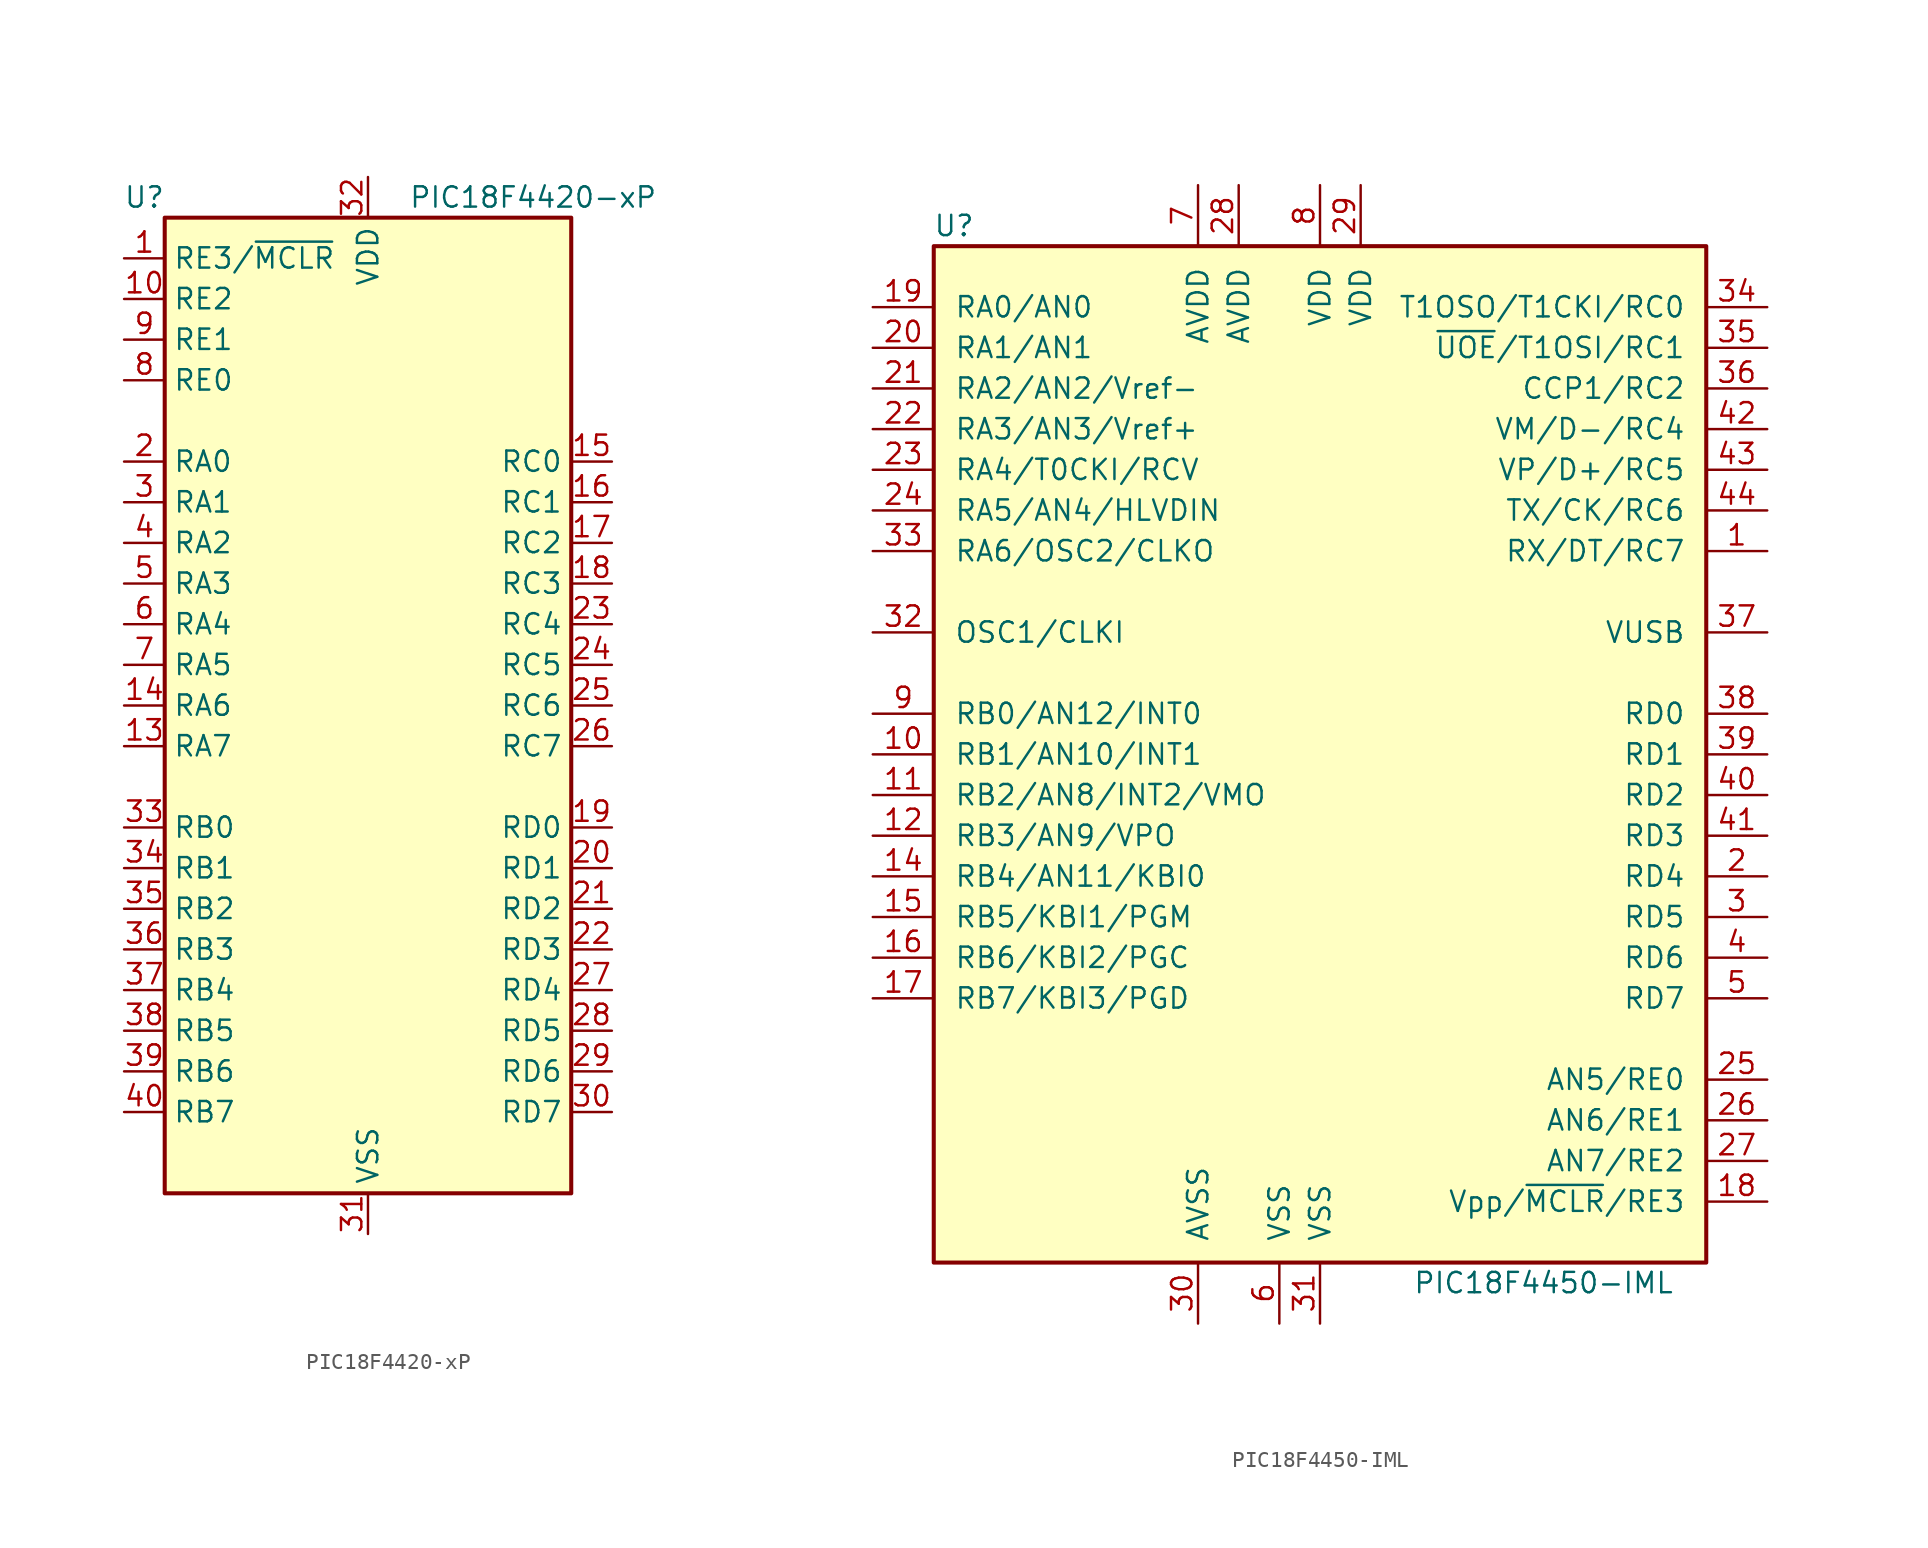
<source format=kicad_sym>
(kicad_symbol_lib
  (version 20241209)
  (generator "kicad_symbol_editor")
  (generator_version "9.0")
  (symbol "PIC18F4420-xP"
    (property "Reference" "U"
      (at -13.97 31.75 0)
      (effects (font (size 1.27 1.27))))
    (property "Value" "PIC18F4420-xP"
      (at 2.54 31.75 0)
      (effects (font (size 1.27 1.27)) (justify left)))
    (symbol "PIC18F4420-xP_0_1"
      (rectangle (start -12.7 30.48) (end 12.7 -30.48) (stroke (width 0.254) (type default)) (fill (type background))))
    (symbol "PIC18F4420-xP_1_1"
      (pin input line (at -15.24 27.94 0) (length 2.54) (name "RE3/~{MCLR}" (effects (font (size 1.27 1.27)))) (number "1" (effects (font (size 1.27 1.27)))))
      (pin bidirectional line (at -15.24 25.4 0) (length 2.54) (name "RE2" (effects (font (size 1.27 1.27)))) (number "10" (effects (font (size 1.27 1.27)))))
      (pin bidirectional line (at -15.24 22.86 0) (length 2.54) (name "RE1" (effects (font (size 1.27 1.27)))) (number "9" (effects (font (size 1.27 1.27)))))
      (pin bidirectional line (at -15.24 20.32 0) (length 2.54) (name "RE0" (effects (font (size 1.27 1.27)))) (number "8" (effects (font (size 1.27 1.27)))))
      (pin bidirectional line (at -15.24 15.24 0) (length 2.54) (name "RA0" (effects (font (size 1.27 1.27)))) (number "2" (effects (font (size 1.27 1.27)))))
      (pin bidirectional line (at -15.24 12.7 0) (length 2.54) (name "RA1" (effects (font (size 1.27 1.27)))) (number "3" (effects (font (size 1.27 1.27)))))
      (pin bidirectional line (at -15.24 10.16 0) (length 2.54) (name "RA2" (effects (font (size 1.27 1.27)))) (number "4" (effects (font (size 1.27 1.27)))))
      (pin bidirectional line (at -15.24 7.62 0) (length 2.54) (name "RA3" (effects (font (size 1.27 1.27)))) (number "5" (effects (font (size 1.27 1.27)))))
      (pin bidirectional line (at -15.24 5.08 0) (length 2.54) (name "RA4" (effects (font (size 1.27 1.27)))) (number "6" (effects (font (size 1.27 1.27)))))
      (pin bidirectional line (at -15.24 2.54 0) (length 2.54) (name "RA5" (effects (font (size 1.27 1.27)))) (number "7" (effects (font (size 1.27 1.27)))))
      (pin bidirectional line (at -15.24 0 0) (length 2.54) (name "RA6" (effects (font (size 1.27 1.27)))) (number "14" (effects (font (size 1.27 1.27)))))
      (pin bidirectional line (at -15.24 -2.54 0) (length 2.54) (name "RA7" (effects (font (size 1.27 1.27)))) (number "13" (effects (font (size 1.27 1.27)))))
      (pin bidirectional line (at -15.24 -7.62 0) (length 2.54) (name "RB0" (effects (font (size 1.27 1.27)))) (number "33" (effects (font (size 1.27 1.27)))))
      (pin bidirectional line (at -15.24 -10.16 0) (length 2.54) (name "RB1" (effects (font (size 1.27 1.27)))) (number "34" (effects (font (size 1.27 1.27)))))
      (pin bidirectional line (at -15.24 -12.7 0) (length 2.54) (name "RB2" (effects (font (size 1.27 1.27)))) (number "35" (effects (font (size 1.27 1.27)))))
      (pin bidirectional line (at -15.24 -15.24 0) (length 2.54) (name "RB3" (effects (font (size 1.27 1.27)))) (number "36" (effects (font (size 1.27 1.27)))))
      (pin bidirectional line (at -15.24 -17.78 0) (length 2.54) (name "RB4" (effects (font (size 1.27 1.27)))) (number "37" (effects (font (size 1.27 1.27)))))
      (pin bidirectional line (at -15.24 -20.32 0) (length 2.54) (name "RB5" (effects (font (size 1.27 1.27)))) (number "38" (effects (font (size 1.27 1.27)))))
      (pin bidirectional line (at -15.24 -22.86 0) (length 2.54) (name "RB6" (effects (font (size 1.27 1.27)))) (number "39" (effects (font (size 1.27 1.27)))))
      (pin bidirectional line (at -15.24 -25.4 0) (length 2.54) (name "RB7" (effects (font (size 1.27 1.27)))) (number "40" (effects (font (size 1.27 1.27)))))
      (pin passive line (at 0 33.02 270) (length 2.54) (hide yes) (name "VDD" (effects (font (size 1.27 1.27)))) (number "11" (effects (font (size 1.27 1.27)))))
      (pin power_in line (at 0 33.02 270) (length 2.54) (name "VDD" (effects (font (size 1.27 1.27)))) (number "32" (effects (font (size 1.27 1.27)))))
      (pin passive line (at 0 -33.02 90) (length 2.54) (hide yes) (name "VSS" (effects (font (size 1.27 1.27)))) (number "12" (effects (font (size 1.27 1.27)))))
      (pin power_in line (at 0 -33.02 90) (length 2.54) (name "VSS" (effects (font (size 1.27 1.27)))) (number "31" (effects (font (size 1.27 1.27)))))
      (pin bidirectional line (at 15.24 15.24 180) (length 2.54) (name "RC0" (effects (font (size 1.27 1.27)))) (number "15" (effects (font (size 1.27 1.27)))))
      (pin bidirectional line (at 15.24 12.7 180) (length 2.54) (name "RC1" (effects (font (size 1.27 1.27)))) (number "16" (effects (font (size 1.27 1.27)))))
      (pin bidirectional line (at 15.24 10.16 180) (length 2.54) (name "RC2" (effects (font (size 1.27 1.27)))) (number "17" (effects (font (size 1.27 1.27)))))
      (pin bidirectional line (at 15.24 7.62 180) (length 2.54) (name "RC3" (effects (font (size 1.27 1.27)))) (number "18" (effects (font (size 1.27 1.27)))))
      (pin bidirectional line (at 15.24 5.08 180) (length 2.54) (name "RC4" (effects (font (size 1.27 1.27)))) (number "23" (effects (font (size 1.27 1.27)))))
      (pin bidirectional line (at 15.24 2.54 180) (length 2.54) (name "RC5" (effects (font (size 1.27 1.27)))) (number "24" (effects (font (size 1.27 1.27)))))
      (pin bidirectional line (at 15.24 0 180) (length 2.54) (name "RC6" (effects (font (size 1.27 1.27)))) (number "25" (effects (font (size 1.27 1.27)))))
      (pin bidirectional line (at 15.24 -2.54 180) (length 2.54) (name "RC7" (effects (font (size 1.27 1.27)))) (number "26" (effects (font (size 1.27 1.27)))))
      (pin bidirectional line (at 15.24 -7.62 180) (length 2.54) (name "RD0" (effects (font (size 1.27 1.27)))) (number "19" (effects (font (size 1.27 1.27)))))
      (pin bidirectional line (at 15.24 -10.16 180) (length 2.54) (name "RD1" (effects (font (size 1.27 1.27)))) (number "20" (effects (font (size 1.27 1.27)))))
      (pin bidirectional line (at 15.24 -12.7 180) (length 2.54) (name "RD2" (effects (font (size 1.27 1.27)))) (number "21" (effects (font (size 1.27 1.27)))))
      (pin bidirectional line (at 15.24 -15.24 180) (length 2.54) (name "RD3" (effects (font (size 1.27 1.27)))) (number "22" (effects (font (size 1.27 1.27)))))
      (pin bidirectional line (at 15.24 -17.78 180) (length 2.54) (name "RD4" (effects (font (size 1.27 1.27)))) (number "27" (effects (font (size 1.27 1.27)))))
      (pin bidirectional line (at 15.24 -20.32 180) (length 2.54) (name "RD5" (effects (font (size 1.27 1.27)))) (number "28" (effects (font (size 1.27 1.27)))))
      (pin bidirectional line (at 15.24 -22.86 180) (length 2.54) (name "RD6" (effects (font (size 1.27 1.27)))) (number "29" (effects (font (size 1.27 1.27)))))
      (pin bidirectional line (at 15.24 -25.4 180) (length 2.54) (name "RD7" (effects (font (size 1.27 1.27)))) (number "30" (effects (font (size 1.27 1.27)))))))
  (symbol "PIC18F4450-IML"
    (pin_names
      (offset 1.27))
    (property "Reference" "U"
      (at -22.86 33.02 0)
      (effects (font (size 1.27 1.27))))
    (property "Value" "PIC18F4450-IML"
      (at 13.97 -33.02 0)
      (effects (font (size 1.27 1.27))))
    (symbol "PIC18F4450-IML_0_1"
      (rectangle (start -24.13 31.75) (end 24.13 -31.75) (stroke (width 0.254) (type default)) (fill (type background))))
    (symbol "PIC18F4450-IML_1_1"
      (pin bidirectional line (at -27.94 27.94 0) (length 3.81) (name "RA0/AN0" (effects (font (size 1.27 1.27)))) (number "19" (effects (font (size 1.27 1.27)))))
      (pin bidirectional line (at -27.94 25.4 0) (length 3.81) (name "RA1/AN1" (effects (font (size 1.27 1.27)))) (number "20" (effects (font (size 1.27 1.27)))))
      (pin bidirectional line (at -27.94 22.86 0) (length 3.81) (name "RA2/AN2/Vref-" (effects (font (size 1.27 1.27)))) (number "21" (effects (font (size 1.27 1.27)))))
      (pin bidirectional line (at -27.94 20.32 0) (length 3.81) (name "RA3/AN3/Vref+" (effects (font (size 1.27 1.27)))) (number "22" (effects (font (size 1.27 1.27)))))
      (pin bidirectional line (at -27.94 17.78 0) (length 3.81) (name "RA4/T0CKI/RCV" (effects (font (size 1.27 1.27)))) (number "23" (effects (font (size 1.27 1.27)))))
      (pin bidirectional line (at -27.94 15.24 0) (length 3.81) (name "RA5/AN4/HLVDIN" (effects (font (size 1.27 1.27)))) (number "24" (effects (font (size 1.27 1.27)))))
      (pin output line (at -27.94 12.7 0) (length 3.81) (name "RA6/OSC2/CLKO" (effects (font (size 1.27 1.27)))) (number "33" (effects (font (size 1.27 1.27)))))
      (pin input line (at -27.94 7.62 0) (length 3.81) (name "OSC1/CLKI" (effects (font (size 1.27 1.27)))) (number "32" (effects (font (size 1.27 1.27)))))
      (pin bidirectional line (at -27.94 2.54 0) (length 3.81) (name "RB0/AN12/INT0" (effects (font (size 1.27 1.27)))) (number "9" (effects (font (size 1.27 1.27)))))
      (pin bidirectional line (at -27.94 0 0) (length 3.81) (name "RB1/AN10/INT1" (effects (font (size 1.27 1.27)))) (number "10" (effects (font (size 1.27 1.27)))))
      (pin bidirectional line (at -27.94 -2.54 0) (length 3.81) (name "RB2/AN8/INT2/VMO" (effects (font (size 1.27 1.27)))) (number "11" (effects (font (size 1.27 1.27)))))
      (pin bidirectional line (at -27.94 -5.08 0) (length 3.81) (name "RB3/AN9/VPO" (effects (font (size 1.27 1.27)))) (number "12" (effects (font (size 1.27 1.27)))))
      (pin bidirectional line (at -27.94 -7.62 0) (length 3.81) (name "RB4/AN11/KBI0" (effects (font (size 1.27 1.27)))) (number "14" (effects (font (size 1.27 1.27)))))
      (pin bidirectional line (at -27.94 -10.16 0) (length 3.81) (name "RB5/KBI1/PGM" (effects (font (size 1.27 1.27)))) (number "15" (effects (font (size 1.27 1.27)))))
      (pin bidirectional line (at -27.94 -12.7 0) (length 3.81) (name "RB6/KBI2/PGC" (effects (font (size 1.27 1.27)))) (number "16" (effects (font (size 1.27 1.27)))))
      (pin bidirectional line (at -27.94 -15.24 0) (length 3.81) (name "RB7/KBI3/PGD" (effects (font (size 1.27 1.27)))) (number "17" (effects (font (size 1.27 1.27)))))
      (pin no_connect line (at -12.7 -31.75 90) (length 3.81) (hide yes) (name "NC" (effects (font (size 1.27 1.27)))) (number "13" (effects (font (size 1.27 1.27)))))
      (pin power_in line (at -7.62 35.56 270) (length 3.81) (name "AVDD" (effects (font (size 1.27 1.27)))) (number "7" (effects (font (size 1.27 1.27)))))
      (pin power_in line (at -7.62 -35.56 90) (length 3.81) (name "AVSS" (effects (font (size 1.27 1.27)))) (number "30" (effects (font (size 1.27 1.27)))))
      (pin power_in line (at -5.08 35.56 270) (length 3.81) (name "AVDD" (effects (font (size 1.27 1.27)))) (number "28" (effects (font (size 1.27 1.27)))))
      (pin power_in line (at -2.54 -35.56 90) (length 3.81) (name "VSS" (effects (font (size 1.27 1.27)))) (number "6" (effects (font (size 1.27 1.27)))))
      (pin power_in line (at 0 35.56 270) (length 3.81) (name "VDD" (effects (font (size 1.27 1.27)))) (number "8" (effects (font (size 1.27 1.27)))))
      (pin power_in line (at 0 -35.56 90) (length 3.81) (name "VSS" (effects (font (size 1.27 1.27)))) (number "31" (effects (font (size 1.27 1.27)))))
      (pin power_in line (at 2.54 35.56 270) (length 3.81) (name "VDD" (effects (font (size 1.27 1.27)))) (number "29" (effects (font (size 1.27 1.27)))))
      (pin bidirectional line (at 27.94 27.94 180) (length 3.81) (name "T1OSO/T1CKI/RC0" (effects (font (size 1.27 1.27)))) (number "34" (effects (font (size 1.27 1.27)))))
      (pin bidirectional line (at 27.94 25.4 180) (length 3.81) (name "~{UOE}/T1OSI/RC1" (effects (font (size 1.27 1.27)))) (number "35" (effects (font (size 1.27 1.27)))))
      (pin bidirectional line (at 27.94 22.86 180) (length 3.81) (name "CCP1/RC2" (effects (font (size 1.27 1.27)))) (number "36" (effects (font (size 1.27 1.27)))))
      (pin bidirectional line (at 27.94 20.32 180) (length 3.81) (name "VM/D-/RC4" (effects (font (size 1.27 1.27)))) (number "42" (effects (font (size 1.27 1.27)))))
      (pin bidirectional line (at 27.94 17.78 180) (length 3.81) (name "VP/D+/RC5" (effects (font (size 1.27 1.27)))) (number "43" (effects (font (size 1.27 1.27)))))
      (pin bidirectional line (at 27.94 15.24 180) (length 3.81) (name "TX/CK/RC6" (effects (font (size 1.27 1.27)))) (number "44" (effects (font (size 1.27 1.27)))))
      (pin bidirectional line (at 27.94 12.7 180) (length 3.81) (name "RX/DT/RC7" (effects (font (size 1.27 1.27)))) (number "1" (effects (font (size 1.27 1.27)))))
      (pin bidirectional line (at 27.94 7.62 180) (length 3.81) (name "VUSB" (effects (font (size 1.27 1.27)))) (number "37" (effects (font (size 1.27 1.27)))))
      (pin bidirectional line (at 27.94 2.54 180) (length 3.81) (name "RD0" (effects (font (size 1.27 1.27)))) (number "38" (effects (font (size 1.27 1.27)))))
      (pin bidirectional line (at 27.94 0 180) (length 3.81) (name "RD1" (effects (font (size 1.27 1.27)))) (number "39" (effects (font (size 1.27 1.27)))))
      (pin bidirectional line (at 27.94 -2.54 180) (length 3.81) (name "RD2" (effects (font (size 1.27 1.27)))) (number "40" (effects (font (size 1.27 1.27)))))
      (pin bidirectional line (at 27.94 -5.08 180) (length 3.81) (name "RD3" (effects (font (size 1.27 1.27)))) (number "41" (effects (font (size 1.27 1.27)))))
      (pin bidirectional line (at 27.94 -7.62 180) (length 3.81) (name "RD4" (effects (font (size 1.27 1.27)))) (number "2" (effects (font (size 1.27 1.27)))))
      (pin bidirectional line (at 27.94 -10.16 180) (length 3.81) (name "RD5" (effects (font (size 1.27 1.27)))) (number "3" (effects (font (size 1.27 1.27)))))
      (pin bidirectional line (at 27.94 -12.7 180) (length 3.81) (name "RD6" (effects (font (size 1.27 1.27)))) (number "4" (effects (font (size 1.27 1.27)))))
      (pin bidirectional line (at 27.94 -15.24 180) (length 3.81) (name "RD7" (effects (font (size 1.27 1.27)))) (number "5" (effects (font (size 1.27 1.27)))))
      (pin bidirectional line (at 27.94 -20.32 180) (length 3.81) (name "AN5/RE0" (effects (font (size 1.27 1.27)))) (number "25" (effects (font (size 1.27 1.27)))))
      (pin bidirectional line (at 27.94 -22.86 180) (length 3.81) (name "AN6/RE1" (effects (font (size 1.27 1.27)))) (number "26" (effects (font (size 1.27 1.27)))))
      (pin bidirectional line (at 27.94 -25.4 180) (length 3.81) (name "AN7/RE2" (effects (font (size 1.27 1.27)))) (number "27" (effects (font (size 1.27 1.27)))))
      (pin input line (at 27.94 -27.94 180) (length 3.81) (name "Vpp/~{MCLR}/RE3" (effects (font (size 1.27 1.27)))) (number "18" (effects (font (size 1.27 1.27))))))))
</source>
